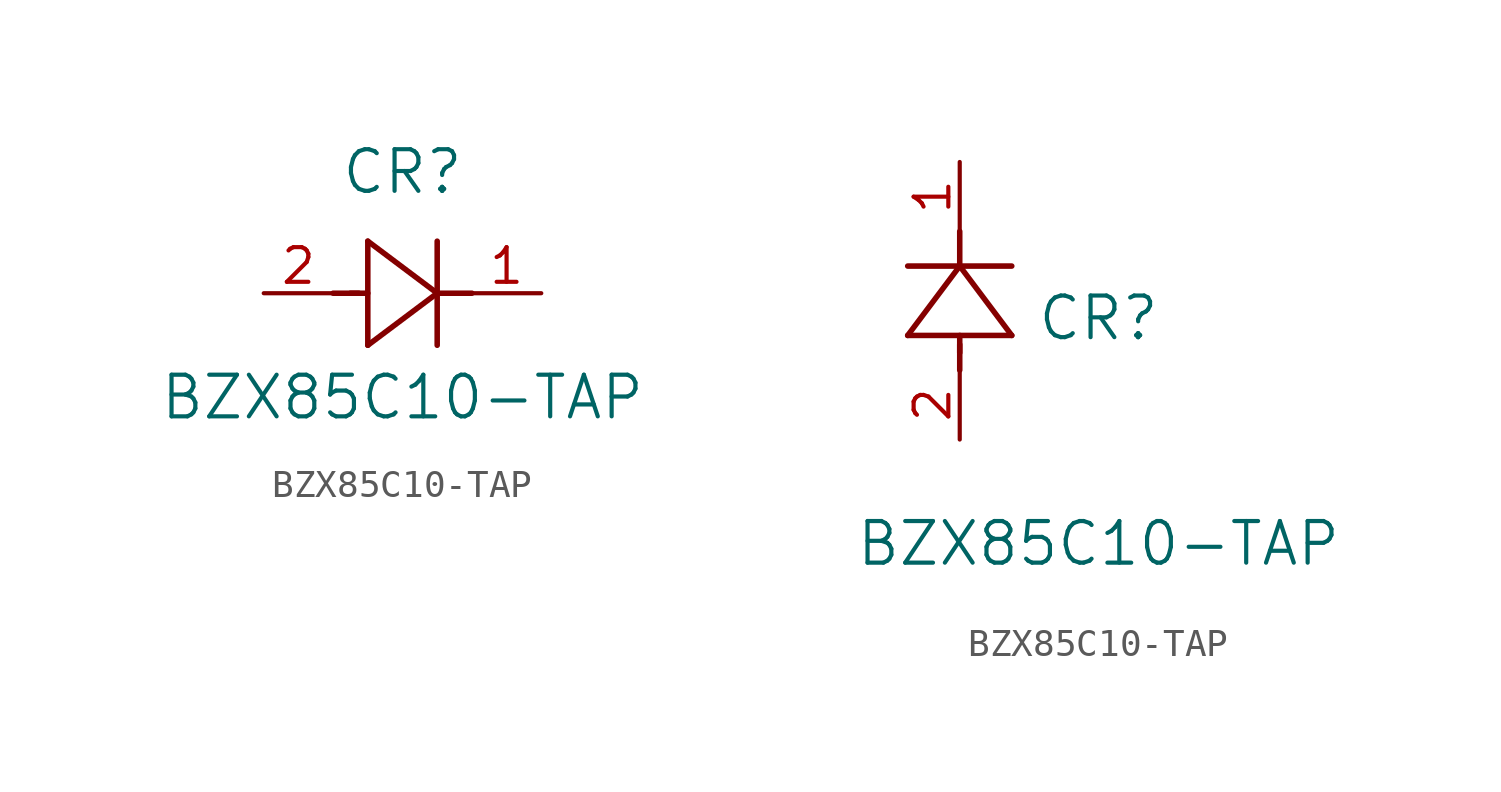
<source format=kicad_sym>
(kicad_symbol_lib
  (version 20211014)
  (generator kicad_symbol_editor)
  (symbol "BZX85C10-TAP"
    (pin_names
      (offset 0.254))
    (property "Reference" "CR"
      (at 5.08 4.445 0)
      (effects (font (size 1.524 1.524))))
    (property "Value" "BZX85C10-TAP"
      (at 5.08 -3.81 0)
      (effects (font (size 1.524 1.524))))
    (symbol "BZX85C10-TAP_1_1"
      (polyline (pts (xy 2.54 0) (xy 3.48 0)) (stroke (width 0.203) (type default) (color 0 0 0 0)) (fill (type none)))
      (polyline (pts (xy 3.81 1.905) (xy 3.81 -1.905)) (stroke (width 0.203) (type default) (color 0 0 0 0)) (fill (type none)))
      (polyline (pts (xy 3.175 0) (xy 3.81 0)) (stroke (width 0.203) (type default) (color 0 0 0 0)) (fill (type none)))
      (polyline (pts (xy 6.35 -1.905) (xy 6.35 1.905)) (stroke (width 0.203) (type default) (color 0 0 0 0)) (fill (type none)))
      (polyline (pts (xy 6.35 0) (xy 7.62 0)) (stroke (width 0.203) (type default) (color 0 0 0 0)) (fill (type none)))
      (polyline (pts (xy 6.35 0) (xy 3.81 1.905)) (stroke (width 0.203) (type default) (color 0 0 0 0)) (fill (type none)))
      (polyline (pts (xy 3.81 -1.905) (xy 6.35 0)) (stroke (width 0.203) (type default) (color 0 0 0 0)) (fill (type none)))
      (pin unspecified line (at 0 0 0) (length 2.54) (name "" (effects (font (size 1.27 1.27)))) (number "2" (effects (font (size 1.27 1.27)))))
      (pin unspecified line (at 10.16 0 180) (length 2.54) (name "" (effects (font (size 1.27 1.27)))) (number "1" (effects (font (size 1.27 1.27))))))
    (symbol "BZX85C10-TAP_1_2"
      (polyline (pts (xy 0 2.54) (xy 0 3.48)) (stroke (width 0.203) (type default) (color 0 0 0 0)) (fill (type none)))
      (polyline (pts (xy -1.905 3.81) (xy 1.905 3.81)) (stroke (width 0.203) (type default) (color 0 0 0 0)) (fill (type none)))
      (polyline (pts (xy 0 3.175) (xy 0 3.81)) (stroke (width 0.203) (type default) (color 0 0 0 0)) (fill (type none)))
      (polyline (pts (xy 1.905 6.35) (xy -1.905 6.35)) (stroke (width 0.203) (type default) (color 0 0 0 0)) (fill (type none)))
      (polyline (pts (xy 0 6.35) (xy 0 7.62)) (stroke (width 0.203) (type default) (color 0 0 0 0)) (fill (type none)))
      (polyline (pts (xy 0 6.35) (xy -1.905 3.81)) (stroke (width 0.203) (type default) (color 0 0 0 0)) (fill (type none)))
      (polyline (pts (xy 1.905 3.81) (xy 0 6.35)) (stroke (width 0.203) (type default) (color 0 0 0 0)) (fill (type none)))
      (pin unspecified line (at 0 0 90) (length 2.54) (name "" (effects (font (size 1.27 1.27)))) (number "2" (effects (font (size 1.27 1.27)))))
      (pin unspecified line (at 0 10.16 270) (length 2.54) (name "" (effects (font (size 1.27 1.27)))) (number "1" (effects (font (size 1.27 1.27))))))))
</source>
